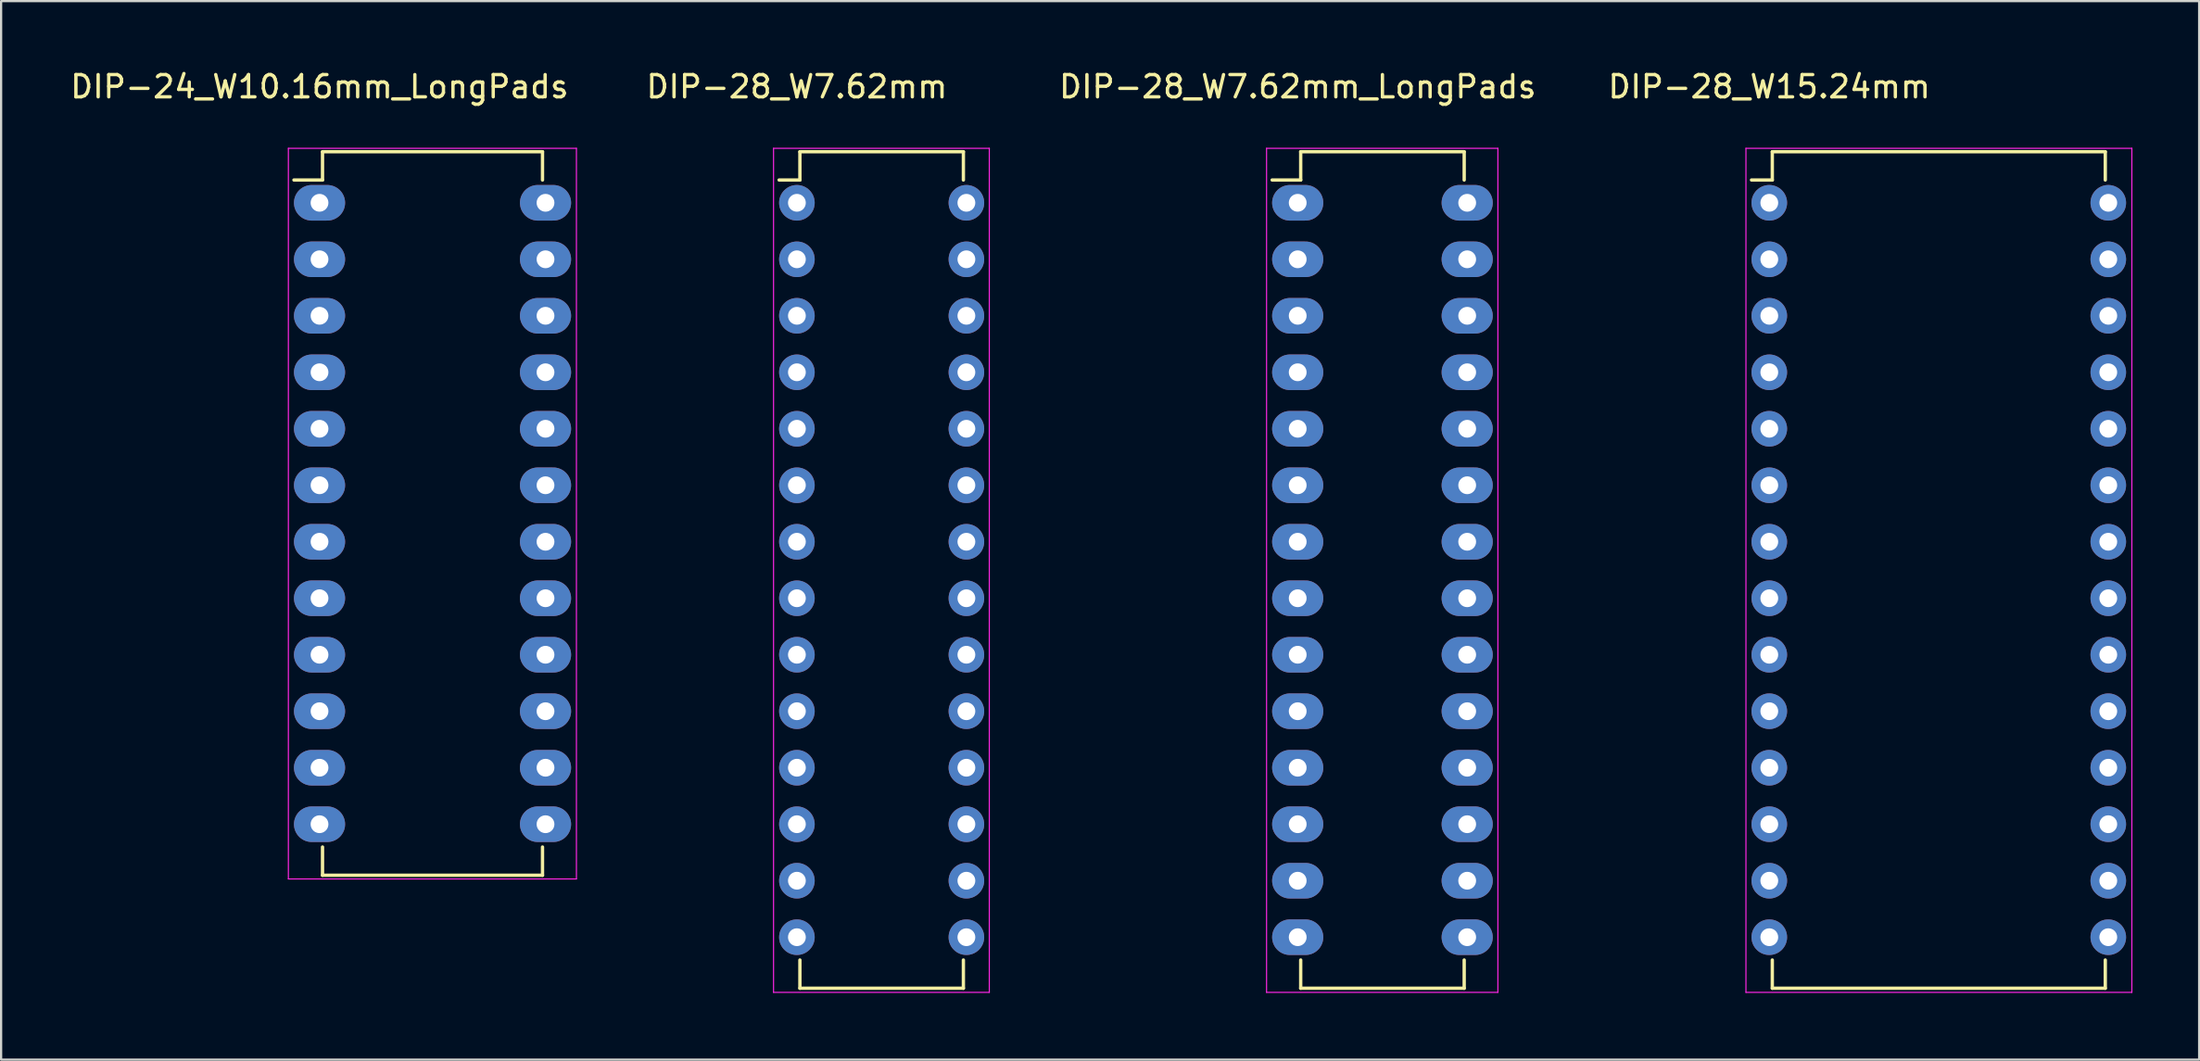
<source format=kicad_pcb>
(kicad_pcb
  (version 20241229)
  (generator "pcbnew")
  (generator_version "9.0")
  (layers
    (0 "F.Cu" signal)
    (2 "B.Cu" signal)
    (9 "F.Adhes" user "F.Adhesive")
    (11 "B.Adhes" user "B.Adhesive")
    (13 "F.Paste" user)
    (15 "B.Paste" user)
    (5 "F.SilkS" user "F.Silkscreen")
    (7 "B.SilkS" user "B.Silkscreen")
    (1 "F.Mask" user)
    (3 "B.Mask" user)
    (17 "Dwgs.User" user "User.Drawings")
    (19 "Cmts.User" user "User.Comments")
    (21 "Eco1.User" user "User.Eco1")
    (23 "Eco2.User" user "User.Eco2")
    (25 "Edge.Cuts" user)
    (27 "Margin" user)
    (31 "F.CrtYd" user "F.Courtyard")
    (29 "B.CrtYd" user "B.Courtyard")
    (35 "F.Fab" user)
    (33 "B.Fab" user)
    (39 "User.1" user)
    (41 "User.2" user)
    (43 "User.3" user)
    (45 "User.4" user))
  (footprint "DIP-28_W7.62mm_LongPads"
    (layer "F.Cu")
    (at 55.292 6.068)
    (property "Reference" "DIP-28_W7.62mm_LongPads" (at 0 -5.22 0) (layer "F.SilkS") (effects (font (size 1 1) (thickness 0.15))))
    (attr through_hole)
    (fp_line (start 0.135 -2.295) (end 0.135 -1.025) (stroke (width 0.15) (type solid)) (layer "F.SilkS"))
    (fp_line (start 0.135 -2.295) (end 7.485 -2.295) (stroke (width 0.15) (type solid)) (layer "F.SilkS"))
    (fp_line (start 0.135 -1.025) (end -1.15 -1.025) (stroke (width 0.15) (type solid)) (layer "F.SilkS"))
    (fp_line (start 0.135 35.315) (end 0.135 34.045) (stroke (width 0.15) (type solid)) (layer "F.SilkS"))
    (fp_line (start 0.135 35.315) (end 7.485 35.315) (stroke (width 0.15) (type solid)) (layer "F.SilkS"))
    (fp_line (start 7.485 -2.295) (end 7.485 -1.025) (stroke (width 0.15) (type solid)) (layer "F.SilkS"))
    (fp_line (start 7.485 35.315) (end 7.485 34.045) (stroke (width 0.15) (type solid)) (layer "F.SilkS"))
    (fp_line (start -1.4 -2.45) (end -1.4 35.5) (stroke (width 0.05) (type solid)) (layer "F.CrtYd"))
    (fp_line (start -1.4 -2.45) (end 9 -2.45) (stroke (width 0.05) (type solid)) (layer "F.CrtYd"))
    (fp_line (start -1.4 35.5) (end 9 35.5) (stroke (width 0.05) (type solid)) (layer "F.CrtYd"))
    (fp_line (start 9 -2.45) (end 9 35.5) (stroke (width 0.05) (type solid)) (layer "F.CrtYd"))
    (pad "1" thru_hole oval (at 0 0) (size 2.3 1.6) (drill 0.8) (layers "*.Cu" "*.Mask"))
    (pad "2" thru_hole oval (at 0 2.54) (size 2.3 1.6) (drill 0.8) (layers "*.Cu" "*.Mask"))
    (pad "3" thru_hole oval (at 0 5.08) (size 2.3 1.6) (drill 0.8) (layers "*.Cu" "*.Mask"))
    (pad "4" thru_hole oval (at 0 7.62) (size 2.3 1.6) (drill 0.8) (layers "*.Cu" "*.Mask"))
    (pad "5" thru_hole oval (at 0 10.16) (size 2.3 1.6) (drill 0.8) (layers "*.Cu" "*.Mask"))
    (pad "6" thru_hole oval (at 0 12.7) (size 2.3 1.6) (drill 0.8) (layers "*.Cu" "*.Mask"))
    (pad "7" thru_hole oval (at 0 15.24) (size 2.3 1.6) (drill 0.8) (layers "*.Cu" "*.Mask"))
    (pad "8" thru_hole oval (at 0 17.78) (size 2.3 1.6) (drill 0.8) (layers "*.Cu" "*.Mask"))
    (pad "9" thru_hole oval (at 0 20.32) (size 2.3 1.6) (drill 0.8) (layers "*.Cu" "*.Mask"))
    (pad "10" thru_hole oval (at 0 22.86) (size 2.3 1.6) (drill 0.8) (layers "*.Cu" "*.Mask"))
    (pad "11" thru_hole oval (at 0 25.4) (size 2.3 1.6) (drill 0.8) (layers "*.Cu" "*.Mask"))
    (pad "12" thru_hole oval (at 0 27.94) (size 2.3 1.6) (drill 0.8) (layers "*.Cu" "*.Mask"))
    (pad "13" thru_hole oval (at 0 30.48) (size 2.3 1.6) (drill 0.8) (layers "*.Cu" "*.Mask"))
    (pad "14" thru_hole oval (at 0 33.02) (size 2.3 1.6) (drill 0.8) (layers "*.Cu" "*.Mask"))
    (pad "15" thru_hole oval (at 7.62 33.02) (size 2.3 1.6) (drill 0.8) (layers "*.Cu" "*.Mask"))
    (pad "16" thru_hole oval (at 7.62 30.48) (size 2.3 1.6) (drill 0.8) (layers "*.Cu" "*.Mask"))
    (pad "17" thru_hole oval (at 7.62 27.94) (size 2.3 1.6) (drill 0.8) (layers "*.Cu" "*.Mask"))
    (pad "18" thru_hole oval (at 7.62 25.4) (size 2.3 1.6) (drill 0.8) (layers "*.Cu" "*.Mask"))
    (pad "19" thru_hole oval (at 7.62 22.86) (size 2.3 1.6) (drill 0.8) (layers "*.Cu" "*.Mask"))
    (pad "20" thru_hole oval (at 7.62 20.32) (size 2.3 1.6) (drill 0.8) (layers "*.Cu" "*.Mask"))
    (pad "21" thru_hole oval (at 7.62 17.78) (size 2.3 1.6) (drill 0.8) (layers "*.Cu" "*.Mask"))
    (pad "22" thru_hole oval (at 7.62 15.24) (size 2.3 1.6) (drill 0.8) (layers "*.Cu" "*.Mask"))
    (pad "23" thru_hole oval (at 7.62 12.7) (size 2.3 1.6) (drill 0.8) (layers "*.Cu" "*.Mask"))
    (pad "24" thru_hole oval (at 7.62 10.16) (size 2.3 1.6) (drill 0.8) (layers "*.Cu" "*.Mask"))
    (pad "25" thru_hole oval (at 7.62 7.62) (size 2.3 1.6) (drill 0.8) (layers "*.Cu" "*.Mask"))
    (pad "26" thru_hole oval (at 7.62 5.08) (size 2.3 1.6) (drill 0.8) (layers "*.Cu" "*.Mask"))
    (pad "27" thru_hole oval (at 7.62 2.54) (size 2.3 1.6) (drill 0.8) (layers "*.Cu" "*.Mask"))
    (pad "28" thru_hole oval (at 7.62 0) (size 2.3 1.6) (drill 0.8) (layers "*.Cu" "*.Mask")))
  (footprint "DIP-28_W15.24mm"
    (layer "F.Cu")
    (at 76.494 6.068)
    (property "Reference" "DIP-28_W15.24mm" (at 0 -5.22 0) (layer "F.SilkS") (effects (font (size 1 1) (thickness 0.15))))
    (attr through_hole)
    (fp_line (start 0.135 -2.295) (end 0.135 -1.025) (stroke (width 0.15) (type solid)) (layer "F.SilkS"))
    (fp_line (start 0.135 -2.295) (end 15.105 -2.295) (stroke (width 0.15) (type solid)) (layer "F.SilkS"))
    (fp_line (start 0.135 -1.025) (end -0.8 -1.025) (stroke (width 0.15) (type solid)) (layer "F.SilkS"))
    (fp_line (start 0.135 35.315) (end 0.135 34.045) (stroke (width 0.15) (type solid)) (layer "F.SilkS"))
    (fp_line (start 0.135 35.315) (end 15.105 35.315) (stroke (width 0.15) (type solid)) (layer "F.SilkS"))
    (fp_line (start 15.105 -2.295) (end 15.105 -1.025) (stroke (width 0.15) (type solid)) (layer "F.SilkS"))
    (fp_line (start 15.105 35.315) (end 15.105 34.045) (stroke (width 0.15) (type solid)) (layer "F.SilkS"))
    (fp_line (start -1.05 -2.45) (end -1.05 35.5) (stroke (width 0.05) (type solid)) (layer "F.CrtYd"))
    (fp_line (start -1.05 -2.45) (end 16.3 -2.45) (stroke (width 0.05) (type solid)) (layer "F.CrtYd"))
    (fp_line (start -1.05 35.5) (end 16.3 35.5) (stroke (width 0.05) (type solid)) (layer "F.CrtYd"))
    (fp_line (start 16.3 -2.45) (end 16.3 35.5) (stroke (width 0.05) (type solid)) (layer "F.CrtYd"))
    (pad "1" thru_hole oval (at 0 0) (size 1.6 1.6) (drill 0.8) (layers "*.Cu" "*.Mask"))
    (pad "2" thru_hole oval (at 0 2.54) (size 1.6 1.6) (drill 0.8) (layers "*.Cu" "*.Mask"))
    (pad "3" thru_hole oval (at 0 5.08) (size 1.6 1.6) (drill 0.8) (layers "*.Cu" "*.Mask"))
    (pad "4" thru_hole oval (at 0 7.62) (size 1.6 1.6) (drill 0.8) (layers "*.Cu" "*.Mask"))
    (pad "5" thru_hole oval (at 0 10.16) (size 1.6 1.6) (drill 0.8) (layers "*.Cu" "*.Mask"))
    (pad "6" thru_hole oval (at 0 12.7) (size 1.6 1.6) (drill 0.8) (layers "*.Cu" "*.Mask"))
    (pad "7" thru_hole oval (at 0 15.24) (size 1.6 1.6) (drill 0.8) (layers "*.Cu" "*.Mask"))
    (pad "8" thru_hole oval (at 0 17.78) (size 1.6 1.6) (drill 0.8) (layers "*.Cu" "*.Mask"))
    (pad "9" thru_hole oval (at 0 20.32) (size 1.6 1.6) (drill 0.8) (layers "*.Cu" "*.Mask"))
    (pad "10" thru_hole oval (at 0 22.86) (size 1.6 1.6) (drill 0.8) (layers "*.Cu" "*.Mask"))
    (pad "11" thru_hole oval (at 0 25.4) (size 1.6 1.6) (drill 0.8) (layers "*.Cu" "*.Mask"))
    (pad "12" thru_hole oval (at 0 27.94) (size 1.6 1.6) (drill 0.8) (layers "*.Cu" "*.Mask"))
    (pad "13" thru_hole oval (at 0 30.48) (size 1.6 1.6) (drill 0.8) (layers "*.Cu" "*.Mask"))
    (pad "14" thru_hole oval (at 0 33.02) (size 1.6 1.6) (drill 0.8) (layers "*.Cu" "*.Mask"))
    (pad "15" thru_hole oval (at 15.24 33.02) (size 1.6 1.6) (drill 0.8) (layers "*.Cu" "*.Mask"))
    (pad "16" thru_hole oval (at 15.24 30.48) (size 1.6 1.6) (drill 0.8) (layers "*.Cu" "*.Mask"))
    (pad "17" thru_hole oval (at 15.24 27.94) (size 1.6 1.6) (drill 0.8) (layers "*.Cu" "*.Mask"))
    (pad "18" thru_hole oval (at 15.24 25.4) (size 1.6 1.6) (drill 0.8) (layers "*.Cu" "*.Mask"))
    (pad "19" thru_hole oval (at 15.24 22.86) (size 1.6 1.6) (drill 0.8) (layers "*.Cu" "*.Mask"))
    (pad "20" thru_hole oval (at 15.24 20.32) (size 1.6 1.6) (drill 0.8) (layers "*.Cu" "*.Mask"))
    (pad "21" thru_hole oval (at 15.24 17.78) (size 1.6 1.6) (drill 0.8) (layers "*.Cu" "*.Mask"))
    (pad "22" thru_hole oval (at 15.24 15.24) (size 1.6 1.6) (drill 0.8) (layers "*.Cu" "*.Mask"))
    (pad "23" thru_hole oval (at 15.24 12.7) (size 1.6 1.6) (drill 0.8) (layers "*.Cu" "*.Mask"))
    (pad "24" thru_hole oval (at 15.24 10.16) (size 1.6 1.6) (drill 0.8) (layers "*.Cu" "*.Mask"))
    (pad "25" thru_hole oval (at 15.24 7.62) (size 1.6 1.6) (drill 0.8) (layers "*.Cu" "*.Mask"))
    (pad "26" thru_hole oval (at 15.24 5.08) (size 1.6 1.6) (drill 0.8) (layers "*.Cu" "*.Mask"))
    (pad "27" thru_hole oval (at 15.24 2.54) (size 1.6 1.6) (drill 0.8) (layers "*.Cu" "*.Mask"))
    (pad "28" thru_hole oval (at 15.24 0) (size 1.6 1.6) (drill 0.8) (layers "*.Cu" "*.Mask")))
  (footprint "DIP-28_W7.62mm"
    (layer "F.Cu")
    (at 32.777 6.068)
    (property "Reference" "DIP-28_W7.62mm" (at 0 -5.22 0) (layer "F.SilkS") (effects (font (size 1 1) (thickness 0.15))))
    (attr through_hole)
    (fp_line (start 0.135 -2.295) (end 0.135 -1.025) (stroke (width 0.15) (type solid)) (layer "F.SilkS"))
    (fp_line (start 0.135 -2.295) (end 7.485 -2.295) (stroke (width 0.15) (type solid)) (layer "F.SilkS"))
    (fp_line (start 0.135 -1.025) (end -0.8 -1.025) (stroke (width 0.15) (type solid)) (layer "F.SilkS"))
    (fp_line (start 0.135 35.315) (end 0.135 34.045) (stroke (width 0.15) (type solid)) (layer "F.SilkS"))
    (fp_line (start 0.135 35.315) (end 7.485 35.315) (stroke (width 0.15) (type solid)) (layer "F.SilkS"))
    (fp_line (start 7.485 -2.295) (end 7.485 -1.025) (stroke (width 0.15) (type solid)) (layer "F.SilkS"))
    (fp_line (start 7.485 35.315) (end 7.485 34.045) (stroke (width 0.15) (type solid)) (layer "F.SilkS"))
    (fp_line (start -1.05 -2.45) (end -1.05 35.5) (stroke (width 0.05) (type solid)) (layer "F.CrtYd"))
    (fp_line (start -1.05 -2.45) (end 8.65 -2.45) (stroke (width 0.05) (type solid)) (layer "F.CrtYd"))
    (fp_line (start -1.05 35.5) (end 8.65 35.5) (stroke (width 0.05) (type solid)) (layer "F.CrtYd"))
    (fp_line (start 8.65 -2.45) (end 8.65 35.5) (stroke (width 0.05) (type solid)) (layer "F.CrtYd"))
    (pad "1" thru_hole oval (at 0 0) (size 1.6 1.6) (drill 0.8) (layers "*.Cu" "*.Mask"))
    (pad "2" thru_hole oval (at 0 2.54) (size 1.6 1.6) (drill 0.8) (layers "*.Cu" "*.Mask"))
    (pad "3" thru_hole oval (at 0 5.08) (size 1.6 1.6) (drill 0.8) (layers "*.Cu" "*.Mask"))
    (pad "4" thru_hole oval (at 0 7.62) (size 1.6 1.6) (drill 0.8) (layers "*.Cu" "*.Mask"))
    (pad "5" thru_hole oval (at 0 10.16) (size 1.6 1.6) (drill 0.8) (layers "*.Cu" "*.Mask"))
    (pad "6" thru_hole oval (at 0 12.7) (size 1.6 1.6) (drill 0.8) (layers "*.Cu" "*.Mask"))
    (pad "7" thru_hole oval (at 0 15.24) (size 1.6 1.6) (drill 0.8) (layers "*.Cu" "*.Mask"))
    (pad "8" thru_hole oval (at 0 17.78) (size 1.6 1.6) (drill 0.8) (layers "*.Cu" "*.Mask"))
    (pad "9" thru_hole oval (at 0 20.32) (size 1.6 1.6) (drill 0.8) (layers "*.Cu" "*.Mask"))
    (pad "10" thru_hole oval (at 0 22.86) (size 1.6 1.6) (drill 0.8) (layers "*.Cu" "*.Mask"))
    (pad "11" thru_hole oval (at 0 25.4) (size 1.6 1.6) (drill 0.8) (layers "*.Cu" "*.Mask"))
    (pad "12" thru_hole oval (at 0 27.94) (size 1.6 1.6) (drill 0.8) (layers "*.Cu" "*.Mask"))
    (pad "13" thru_hole oval (at 0 30.48) (size 1.6 1.6) (drill 0.8) (layers "*.Cu" "*.Mask"))
    (pad "14" thru_hole oval (at 0 33.02) (size 1.6 1.6) (drill 0.8) (layers "*.Cu" "*.Mask"))
    (pad "15" thru_hole oval (at 7.62 33.02) (size 1.6 1.6) (drill 0.8) (layers "*.Cu" "*.Mask"))
    (pad "16" thru_hole oval (at 7.62 30.48) (size 1.6 1.6) (drill 0.8) (layers "*.Cu" "*.Mask"))
    (pad "17" thru_hole oval (at 7.62 27.94) (size 1.6 1.6) (drill 0.8) (layers "*.Cu" "*.Mask"))
    (pad "18" thru_hole oval (at 7.62 25.4) (size 1.6 1.6) (drill 0.8) (layers "*.Cu" "*.Mask"))
    (pad "19" thru_hole oval (at 7.62 22.86) (size 1.6 1.6) (drill 0.8) (layers "*.Cu" "*.Mask"))
    (pad "20" thru_hole oval (at 7.62 20.32) (size 1.6 1.6) (drill 0.8) (layers "*.Cu" "*.Mask"))
    (pad "21" thru_hole oval (at 7.62 17.78) (size 1.6 1.6) (drill 0.8) (layers "*.Cu" "*.Mask"))
    (pad "22" thru_hole oval (at 7.62 15.24) (size 1.6 1.6) (drill 0.8) (layers "*.Cu" "*.Mask"))
    (pad "23" thru_hole oval (at 7.62 12.7) (size 1.6 1.6) (drill 0.8) (layers "*.Cu" "*.Mask"))
    (pad "24" thru_hole oval (at 7.62 10.16) (size 1.6 1.6) (drill 0.8) (layers "*.Cu" "*.Mask"))
    (pad "25" thru_hole oval (at 7.62 7.62) (size 1.6 1.6) (drill 0.8) (layers "*.Cu" "*.Mask"))
    (pad "26" thru_hole oval (at 7.62 5.08) (size 1.6 1.6) (drill 0.8) (layers "*.Cu" "*.Mask"))
    (pad "27" thru_hole oval (at 7.62 2.54) (size 1.6 1.6) (drill 0.8) (layers "*.Cu" "*.Mask"))
    (pad "28" thru_hole oval (at 7.62 0) (size 1.6 1.6) (drill 0.8) (layers "*.Cu" "*.Mask")))
  (footprint "DIP-24_W10.16mm_LongPads"
    (layer "F.Cu")
    (at 11.315 6.068)
    (property "Reference" "DIP-24_W10.16mm_LongPads" (at 0 -5.22 0) (layer "F.SilkS") (effects (font (size 1 1) (thickness 0.15))))
    (attr through_hole)
    (fp_line (start 0.135 -2.295) (end 0.135 -1.025) (stroke (width 0.15) (type solid)) (layer "F.SilkS"))
    (fp_line (start 0.135 -2.295) (end 10.025 -2.295) (stroke (width 0.15) (type solid)) (layer "F.SilkS"))
    (fp_line (start 0.135 -1.025) (end -1.15 -1.025) (stroke (width 0.15) (type solid)) (layer "F.SilkS"))
    (fp_line (start 0.135 30.235) (end 0.135 28.965) (stroke (width 0.15) (type solid)) (layer "F.SilkS"))
    (fp_line (start 0.135 30.235) (end 10.025 30.235) (stroke (width 0.15) (type solid)) (layer "F.SilkS"))
    (fp_line (start 10.025 -2.295) (end 10.025 -1.025) (stroke (width 0.15) (type solid)) (layer "F.SilkS"))
    (fp_line (start 10.025 30.235) (end 10.025 28.965) (stroke (width 0.15) (type solid)) (layer "F.SilkS"))
    (fp_line (start -1.4 -2.45) (end -1.4 30.4) (stroke (width 0.05) (type solid)) (layer "F.CrtYd"))
    (fp_line (start -1.4 -2.45) (end 11.55 -2.45) (stroke (width 0.05) (type solid)) (layer "F.CrtYd"))
    (fp_line (start -1.4 30.4) (end 11.55 30.4) (stroke (width 0.05) (type solid)) (layer "F.CrtYd"))
    (fp_line (start 11.55 -2.45) (end 11.55 30.4) (stroke (width 0.05) (type solid)) (layer "F.CrtYd"))
    (pad "1" thru_hole oval (at 0 0) (size 2.3 1.6) (drill 0.8) (layers "*.Cu" "*.Mask"))
    (pad "2" thru_hole oval (at 0 2.54) (size 2.3 1.6) (drill 0.8) (layers "*.Cu" "*.Mask"))
    (pad "3" thru_hole oval (at 0 5.08) (size 2.3 1.6) (drill 0.8) (layers "*.Cu" "*.Mask"))
    (pad "4" thru_hole oval (at 0 7.62) (size 2.3 1.6) (drill 0.8) (layers "*.Cu" "*.Mask"))
    (pad "5" thru_hole oval (at 0 10.16) (size 2.3 1.6) (drill 0.8) (layers "*.Cu" "*.Mask"))
    (pad "6" thru_hole oval (at 0 12.7) (size 2.3 1.6) (drill 0.8) (layers "*.Cu" "*.Mask"))
    (pad "7" thru_hole oval (at 0 15.24) (size 2.3 1.6) (drill 0.8) (layers "*.Cu" "*.Mask"))
    (pad "8" thru_hole oval (at 0 17.78) (size 2.3 1.6) (drill 0.8) (layers "*.Cu" "*.Mask"))
    (pad "9" thru_hole oval (at 0 20.32) (size 2.3 1.6) (drill 0.8) (layers "*.Cu" "*.Mask"))
    (pad "10" thru_hole oval (at 0 22.86) (size 2.3 1.6) (drill 0.8) (layers "*.Cu" "*.Mask"))
    (pad "11" thru_hole oval (at 0 25.4) (size 2.3 1.6) (drill 0.8) (layers "*.Cu" "*.Mask"))
    (pad "12" thru_hole oval (at 0 27.94) (size 2.3 1.6) (drill 0.8) (layers "*.Cu" "*.Mask"))
    (pad "13" thru_hole oval (at 10.16 27.94) (size 2.3 1.6) (drill 0.8) (layers "*.Cu" "*.Mask"))
    (pad "14" thru_hole oval (at 10.16 25.4) (size 2.3 1.6) (drill 0.8) (layers "*.Cu" "*.Mask"))
    (pad "15" thru_hole oval (at 10.16 22.86) (size 2.3 1.6) (drill 0.8) (layers "*.Cu" "*.Mask"))
    (pad "16" thru_hole oval (at 10.16 20.32) (size 2.3 1.6) (drill 0.8) (layers "*.Cu" "*.Mask"))
    (pad "17" thru_hole oval (at 10.16 17.78) (size 2.3 1.6) (drill 0.8) (layers "*.Cu" "*.Mask"))
    (pad "18" thru_hole oval (at 10.16 15.24) (size 2.3 1.6) (drill 0.8) (layers "*.Cu" "*.Mask"))
    (pad "19" thru_hole oval (at 10.16 12.7) (size 2.3 1.6) (drill 0.8) (layers "*.Cu" "*.Mask"))
    (pad "20" thru_hole oval (at 10.16 10.16) (size 2.3 1.6) (drill 0.8) (layers "*.Cu" "*.Mask"))
    (pad "21" thru_hole oval (at 10.16 7.62) (size 2.3 1.6) (drill 0.8) (layers "*.Cu" "*.Mask"))
    (pad "22" thru_hole oval (at 10.16 5.08) (size 2.3 1.6) (drill 0.8) (layers "*.Cu" "*.Mask"))
    (pad "23" thru_hole oval (at 10.16 2.54) (size 2.3 1.6) (drill 0.8) (layers "*.Cu" "*.Mask"))
    (pad "24" thru_hole oval (at 10.16 0) (size 2.3 1.6) (drill 0.8) (layers "*.Cu" "*.Mask")))
  (gr_rect
    (start -3 -3)
    (end 95.819 44.593)
    (stroke (width 0.1) (type default))
    (fill no)
    (layer "Edge.Cuts")))
</source>
